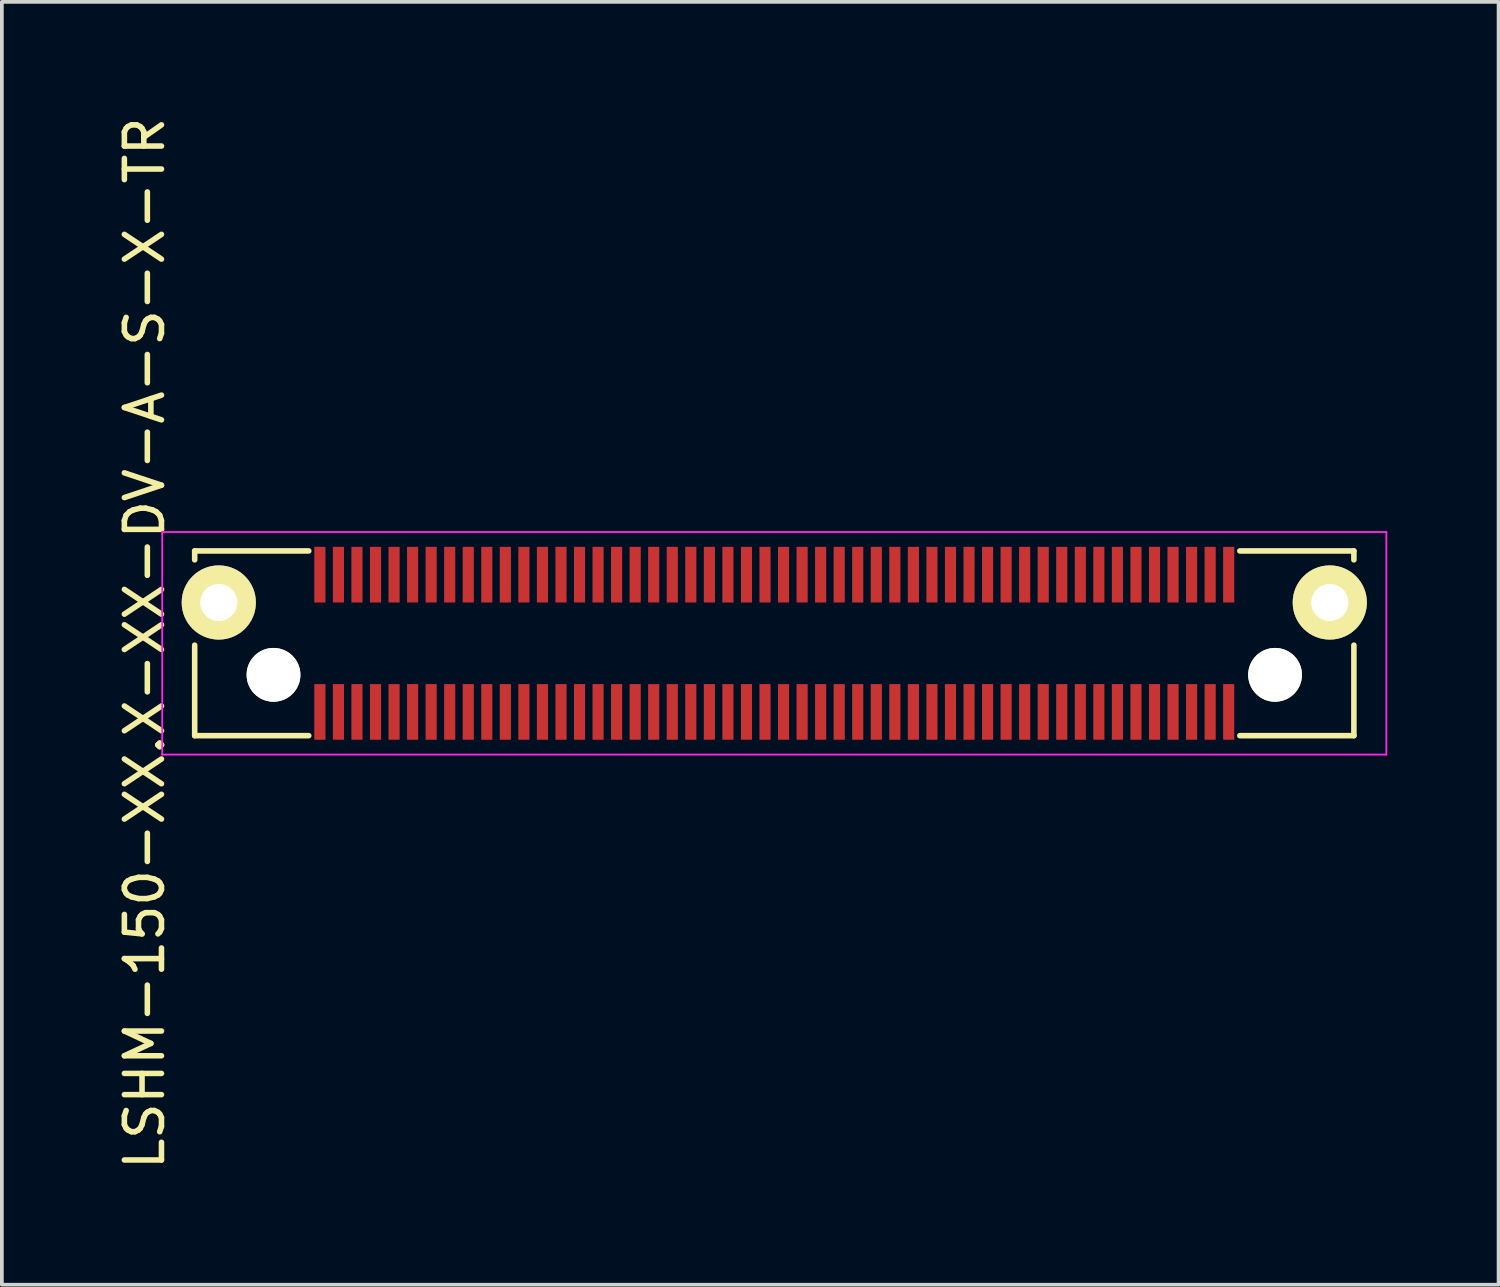
<source format=kicad_pcb>
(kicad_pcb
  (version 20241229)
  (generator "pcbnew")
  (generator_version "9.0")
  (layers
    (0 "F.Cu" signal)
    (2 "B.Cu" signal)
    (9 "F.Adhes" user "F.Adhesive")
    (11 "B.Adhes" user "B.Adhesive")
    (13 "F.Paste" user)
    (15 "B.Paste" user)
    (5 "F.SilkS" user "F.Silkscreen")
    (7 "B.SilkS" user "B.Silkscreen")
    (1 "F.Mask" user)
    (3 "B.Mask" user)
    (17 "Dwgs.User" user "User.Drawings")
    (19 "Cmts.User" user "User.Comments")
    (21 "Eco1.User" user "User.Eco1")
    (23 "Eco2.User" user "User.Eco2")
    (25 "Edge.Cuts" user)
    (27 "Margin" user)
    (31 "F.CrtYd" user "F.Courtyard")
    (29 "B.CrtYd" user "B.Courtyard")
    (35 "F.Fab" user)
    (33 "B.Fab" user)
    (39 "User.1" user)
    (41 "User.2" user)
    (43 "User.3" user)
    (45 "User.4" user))
  (footprint "LSHM-150-XX.X-XX-DV-A-S-X-TR"
    (layer "F.Cu")
    (at 17.823 14.292)
    (property "Reference" "LSHM-150-XX.X-XX-DV-A-S-X-TR" (at -16.975 0 270) (layer "F.SilkS") (effects (font (size 1 1) (thickness 0.15))))
    (attr smd)
    (fp_line (start -15.625 -2.49) (end -15.625 -2.25) (stroke (width 0.15) (type solid)) (layer "F.SilkS"))
    (fp_line (start -15.625 -2.49) (end -12.55 -2.49) (stroke (width 0.15) (type solid)) (layer "F.SilkS"))
    (fp_line (start -15.625 0.05) (end -15.625 2.49) (stroke (width 0.15) (type solid)) (layer "F.SilkS"))
    (fp_line (start -15.625 2.49) (end -12.55 2.49) (stroke (width 0.15) (type solid)) (layer "F.SilkS"))
    (fp_line (start 12.55 -2.49) (end 15.625 -2.49) (stroke (width 0.15) (type solid)) (layer "F.SilkS"))
    (fp_line (start 12.55 2.49) (end 15.625 2.49) (stroke (width 0.15) (type solid)) (layer "F.SilkS"))
    (fp_line (start 15.625 -2.49) (end 15.625 -2.25) (stroke (width 0.15) (type solid)) (layer "F.SilkS"))
    (fp_line (start 15.625 0.05) (end 15.625 2.49) (stroke (width 0.15) (type solid)) (layer "F.SilkS"))
    (fp_line (start -16.5 -3) (end -16.5 3) (stroke (width 0.05) (type solid)) (layer "F.CrtYd"))
    (fp_line (start -16.5 -3) (end 16.5 -3) (stroke (width 0.05) (type solid)) (layer "F.CrtYd"))
    (fp_line (start -16.5 3) (end 16.5 3) (stroke (width 0.05) (type solid)) (layer "F.CrtYd"))
    (fp_line (start 16.5 -3) (end 16.5 3) (stroke (width 0.05) (type solid)) (layer "F.CrtYd"))
    (pad "" np_thru_hole circle (at -13.5 0.85) (size 1.45 1.45) (drill 1.45) (layers "*.Cu" "*.Mask" "F.SilkS"))
    (pad "" np_thru_hole circle (at 13.5 0.85) (size 1.45 1.45) (drill 1.45) (layers "*.Cu" "*.Mask" "F.SilkS"))
    (pad "1" smd rect (at 12.25 1.85) (size 0.3 1.5) (layers "F.Cu" "F.Mask" "F.Paste"))
    (pad "2" smd rect (at 12.25 -1.85) (size 0.3 1.5) (layers "F.Cu" "F.Mask" "F.Paste"))
    (pad "3" smd rect (at 11.75 1.85) (size 0.3 1.5) (layers "F.Cu" "F.Mask" "F.Paste"))
    (pad "4" smd rect (at 11.75 -1.85) (size 0.3 1.5) (layers "F.Cu" "F.Mask" "F.Paste"))
    (pad "5" smd rect (at 11.25 1.85) (size 0.3 1.5) (layers "F.Cu" "F.Mask" "F.Paste"))
    (pad "6" smd rect (at 11.25 -1.85) (size 0.3 1.5) (layers "F.Cu" "F.Mask" "F.Paste"))
    (pad "7" smd rect (at 10.75 1.85) (size 0.3 1.5) (layers "F.Cu" "F.Mask" "F.Paste"))
    (pad "8" smd rect (at 10.75 -1.85) (size 0.3 1.5) (layers "F.Cu" "F.Mask" "F.Paste"))
    (pad "9" smd rect (at 10.25 1.85) (size 0.3 1.5) (layers "F.Cu" "F.Mask" "F.Paste"))
    (pad "10" smd rect (at 10.25 -1.85) (size 0.3 1.5) (layers "F.Cu" "F.Mask" "F.Paste"))
    (pad "11" smd rect (at 9.75 1.85) (size 0.3 1.5) (layers "F.Cu" "F.Mask" "F.Paste"))
    (pad "12" smd rect (at 9.75 -1.85) (size 0.3 1.5) (layers "F.Cu" "F.Mask" "F.Paste"))
    (pad "13" smd rect (at 9.25 1.85) (size 0.3 1.5) (layers "F.Cu" "F.Mask" "F.Paste"))
    (pad "14" smd rect (at 9.25 -1.85) (size 0.3 1.5) (layers "F.Cu" "F.Mask" "F.Paste"))
    (pad "15" smd rect (at 8.75 1.85) (size 0.3 1.5) (layers "F.Cu" "F.Mask" "F.Paste"))
    (pad "16" smd rect (at 8.75 -1.85) (size 0.3 1.5) (layers "F.Cu" "F.Mask" "F.Paste"))
    (pad "17" smd rect (at 8.25 1.85) (size 0.3 1.5) (layers "F.Cu" "F.Mask" "F.Paste"))
    (pad "18" smd rect (at 8.25 -1.85) (size 0.3 1.5) (layers "F.Cu" "F.Mask" "F.Paste"))
    (pad "19" smd rect (at 7.75 1.85) (size 0.3 1.5) (layers "F.Cu" "F.Mask" "F.Paste"))
    (pad "20" smd rect (at 7.75 -1.85) (size 0.3 1.5) (layers "F.Cu" "F.Mask" "F.Paste"))
    (pad "21" smd rect (at 7.25 1.85) (size 0.3 1.5) (layers "F.Cu" "F.Mask" "F.Paste"))
    (pad "22" smd rect (at 7.25 -1.85) (size 0.3 1.5) (layers "F.Cu" "F.Mask" "F.Paste"))
    (pad "23" smd rect (at 6.75 1.85) (size 0.3 1.5) (layers "F.Cu" "F.Mask" "F.Paste"))
    (pad "24" smd rect (at 6.75 -1.85) (size 0.3 1.5) (layers "F.Cu" "F.Mask" "F.Paste"))
    (pad "25" smd rect (at 6.25 1.85) (size 0.3 1.5) (layers "F.Cu" "F.Mask" "F.Paste"))
    (pad "26" smd rect (at 6.25 -1.85) (size 0.3 1.5) (layers "F.Cu" "F.Mask" "F.Paste"))
    (pad "27" smd rect (at 5.75 1.85) (size 0.3 1.5) (layers "F.Cu" "F.Mask" "F.Paste"))
    (pad "28" smd rect (at 5.75 -1.85) (size 0.3 1.5) (layers "F.Cu" "F.Mask" "F.Paste"))
    (pad "29" smd rect (at 5.25 1.85) (size 0.3 1.5) (layers "F.Cu" "F.Mask" "F.Paste"))
    (pad "30" smd rect (at 5.25 -1.85) (size 0.3 1.5) (layers "F.Cu" "F.Mask" "F.Paste"))
    (pad "31" smd rect (at 4.75 1.85) (size 0.3 1.5) (layers "F.Cu" "F.Mask" "F.Paste"))
    (pad "32" smd rect (at 4.75 -1.85) (size 0.3 1.5) (layers "F.Cu" "F.Mask" "F.Paste"))
    (pad "33" smd rect (at 4.25 1.85) (size 0.3 1.5) (layers "F.Cu" "F.Mask" "F.Paste"))
    (pad "34" smd rect (at 4.25 -1.85) (size 0.3 1.5) (layers "F.Cu" "F.Mask" "F.Paste"))
    (pad "35" smd rect (at 3.75 1.85) (size 0.3 1.5) (layers "F.Cu" "F.Mask" "F.Paste"))
    (pad "36" smd rect (at 3.75 -1.85) (size 0.3 1.5) (layers "F.Cu" "F.Mask" "F.Paste"))
    (pad "37" smd rect (at 3.25 1.85) (size 0.3 1.5) (layers "F.Cu" "F.Mask" "F.Paste"))
    (pad "38" smd rect (at 3.25 -1.85) (size 0.3 1.5) (layers "F.Cu" "F.Mask" "F.Paste"))
    (pad "39" smd rect (at 2.75 1.85) (size 0.3 1.5) (layers "F.Cu" "F.Mask" "F.Paste"))
    (pad "40" smd rect (at 2.75 -1.85) (size 0.3 1.5) (layers "F.Cu" "F.Mask" "F.Paste"))
    (pad "41" smd rect (at 2.25 1.85) (size 0.3 1.5) (layers "F.Cu" "F.Mask" "F.Paste"))
    (pad "42" smd rect (at 2.25 -1.85) (size 0.3 1.5) (layers "F.Cu" "F.Mask" "F.Paste"))
    (pad "43" smd rect (at 1.75 1.85) (size 0.3 1.5) (layers "F.Cu" "F.Mask" "F.Paste"))
    (pad "44" smd rect (at 1.75 -1.85) (size 0.3 1.5) (layers "F.Cu" "F.Mask" "F.Paste"))
    (pad "45" smd rect (at 1.25 1.85) (size 0.3 1.5) (layers "F.Cu" "F.Mask" "F.Paste"))
    (pad "46" smd rect (at 1.25 -1.85) (size 0.3 1.5) (layers "F.Cu" "F.Mask" "F.Paste"))
    (pad "47" smd rect (at 0.75 1.85) (size 0.3 1.5) (layers "F.Cu" "F.Mask" "F.Paste"))
    (pad "48" smd rect (at 0.75 -1.85) (size 0.3 1.5) (layers "F.Cu" "F.Mask" "F.Paste"))
    (pad "49" smd rect (at 0.25 1.85) (size 0.3 1.5) (layers "F.Cu" "F.Mask" "F.Paste"))
    (pad "50" smd rect (at 0.25 -1.85) (size 0.3 1.5) (layers "F.Cu" "F.Mask" "F.Paste"))
    (pad "51" smd rect (at -0.25 1.85) (size 0.3 1.5) (layers "F.Cu" "F.Mask" "F.Paste"))
    (pad "52" smd rect (at -0.25 -1.85) (size 0.3 1.5) (layers "F.Cu" "F.Mask" "F.Paste"))
    (pad "53" smd rect (at -0.75 1.85) (size 0.3 1.5) (layers "F.Cu" "F.Mask" "F.Paste"))
    (pad "54" smd rect (at -0.75 -1.85) (size 0.3 1.5) (layers "F.Cu" "F.Mask" "F.Paste"))
    (pad "55" smd rect (at -1.25 1.85) (size 0.3 1.5) (layers "F.Cu" "F.Mask" "F.Paste"))
    (pad "56" smd rect (at -1.25 -1.85) (size 0.3 1.5) (layers "F.Cu" "F.Mask" "F.Paste"))
    (pad "57" smd rect (at -1.75 1.85) (size 0.3 1.5) (layers "F.Cu" "F.Mask" "F.Paste"))
    (pad "58" smd rect (at -1.75 -1.85) (size 0.3 1.5) (layers "F.Cu" "F.Mask" "F.Paste"))
    (pad "59" smd rect (at -2.25 1.85) (size 0.3 1.5) (layers "F.Cu" "F.Mask" "F.Paste"))
    (pad "60" smd rect (at -2.25 -1.85) (size 0.3 1.5) (layers "F.Cu" "F.Mask" "F.Paste"))
    (pad "61" smd rect (at -2.75 1.85) (size 0.3 1.5) (layers "F.Cu" "F.Mask" "F.Paste"))
    (pad "62" smd rect (at -2.75 -1.85) (size 0.3 1.5) (layers "F.Cu" "F.Mask" "F.Paste"))
    (pad "63" smd rect (at -3.25 1.85) (size 0.3 1.5) (layers "F.Cu" "F.Mask" "F.Paste"))
    (pad "64" smd rect (at -3.25 -1.85) (size 0.3 1.5) (layers "F.Cu" "F.Mask" "F.Paste"))
    (pad "65" smd rect (at -3.75 1.85) (size 0.3 1.5) (layers "F.Cu" "F.Mask" "F.Paste"))
    (pad "66" smd rect (at -3.75 -1.85) (size 0.3 1.5) (layers "F.Cu" "F.Mask" "F.Paste"))
    (pad "67" smd rect (at -4.25 1.85) (size 0.3 1.5) (layers "F.Cu" "F.Mask" "F.Paste"))
    (pad "68" smd rect (at -4.25 -1.85) (size 0.3 1.5) (layers "F.Cu" "F.Mask" "F.Paste"))
    (pad "69" smd rect (at -4.75 1.85) (size 0.3 1.5) (layers "F.Cu" "F.Mask" "F.Paste"))
    (pad "70" smd rect (at -4.75 -1.85) (size 0.3 1.5) (layers "F.Cu" "F.Mask" "F.Paste"))
    (pad "71" smd rect (at -5.25 1.85) (size 0.3 1.5) (layers "F.Cu" "F.Mask" "F.Paste"))
    (pad "72" smd rect (at -5.25 -1.85) (size 0.3 1.5) (layers "F.Cu" "F.Mask" "F.Paste"))
    (pad "73" smd rect (at -5.75 1.85) (size 0.3 1.5) (layers "F.Cu" "F.Mask" "F.Paste"))
    (pad "74" smd rect (at -5.75 -1.85) (size 0.3 1.5) (layers "F.Cu" "F.Mask" "F.Paste"))
    (pad "75" smd rect (at -6.25 1.85) (size 0.3 1.5) (layers "F.Cu" "F.Mask" "F.Paste"))
    (pad "76" smd rect (at -6.25 -1.85) (size 0.3 1.5) (layers "F.Cu" "F.Mask" "F.Paste"))
    (pad "77" smd rect (at -6.75 1.85) (size 0.3 1.5) (layers "F.Cu" "F.Mask" "F.Paste"))
    (pad "78" smd rect (at -6.75 -1.85) (size 0.3 1.5) (layers "F.Cu" "F.Mask" "F.Paste"))
    (pad "79" smd rect (at -7.25 1.85) (size 0.3 1.5) (layers "F.Cu" "F.Mask" "F.Paste"))
    (pad "80" smd rect (at -7.25 -1.85) (size 0.3 1.5) (layers "F.Cu" "F.Mask" "F.Paste"))
    (pad "81" smd rect (at -7.75 1.85) (size 0.3 1.5) (layers "F.Cu" "F.Mask" "F.Paste"))
    (pad "82" smd rect (at -7.75 -1.85) (size 0.3 1.5) (layers "F.Cu" "F.Mask" "F.Paste"))
    (pad "83" smd rect (at -8.25 1.85) (size 0.3 1.5) (layers "F.Cu" "F.Mask" "F.Paste"))
    (pad "84" smd rect (at -8.25 -1.85) (size 0.3 1.5) (layers "F.Cu" "F.Mask" "F.Paste"))
    (pad "85" smd rect (at -8.75 1.85) (size 0.3 1.5) (layers "F.Cu" "F.Mask" "F.Paste"))
    (pad "86" smd rect (at -8.75 -1.85) (size 0.3 1.5) (layers "F.Cu" "F.Mask" "F.Paste"))
    (pad "87" smd rect (at -9.25 1.85) (size 0.3 1.5) (layers "F.Cu" "F.Mask" "F.Paste"))
    (pad "88" smd rect (at -9.25 -1.85) (size 0.3 1.5) (layers "F.Cu" "F.Mask" "F.Paste"))
    (pad "89" smd rect (at -9.75 1.85) (size 0.3 1.5) (layers "F.Cu" "F.Mask" "F.Paste"))
    (pad "90" smd rect (at -9.75 -1.85) (size 0.3 1.5) (layers "F.Cu" "F.Mask" "F.Paste"))
    (pad "91" smd rect (at -10.25 1.85) (size 0.3 1.5) (layers "F.Cu" "F.Mask" "F.Paste"))
    (pad "92" smd rect (at -10.25 -1.85) (size 0.3 1.5) (layers "F.Cu" "F.Mask" "F.Paste"))
    (pad "93" smd rect (at -10.75 1.85) (size 0.3 1.5) (layers "F.Cu" "F.Mask" "F.Paste"))
    (pad "94" smd rect (at -10.75 -1.85) (size 0.3 1.5) (layers "F.Cu" "F.Mask" "F.Paste"))
    (pad "95" smd rect (at -11.25 1.85) (size 0.3 1.5) (layers "F.Cu" "F.Mask" "F.Paste"))
    (pad "96" smd rect (at -11.25 -1.85) (size 0.3 1.5) (layers "F.Cu" "F.Mask" "F.Paste"))
    (pad "97" smd rect (at -11.75 1.85) (size 0.3 1.5) (layers "F.Cu" "F.Mask" "F.Paste"))
    (pad "98" smd rect (at -11.75 -1.85) (size 0.3 1.5) (layers "F.Cu" "F.Mask" "F.Paste"))
    (pad "99" smd rect (at -12.25 1.85) (size 0.3 1.5) (layers "F.Cu" "F.Mask" "F.Paste"))
    (pad "100" smd rect (at -12.25 -1.85) (size 0.3 1.5) (layers "F.Cu" "F.Mask" "F.Paste"))
    (pad "F1" thru_hole circle (at -14.975 -1.1) (size 2 2) (drill 1) (layers "*.Cu" "*.Mask" "F.SilkS"))
    (pad "F2" thru_hole circle (at 14.975 -1.1) (size 2 2) (drill 1) (layers "*.Cu" "*.Mask" "F.SilkS")))
  (gr_rect
    (start -3 -3)
    (end 37.348 31.583)
    (stroke (width 0.1) (type default))
    (fill no)
    (layer "Edge.Cuts")))
</source>
